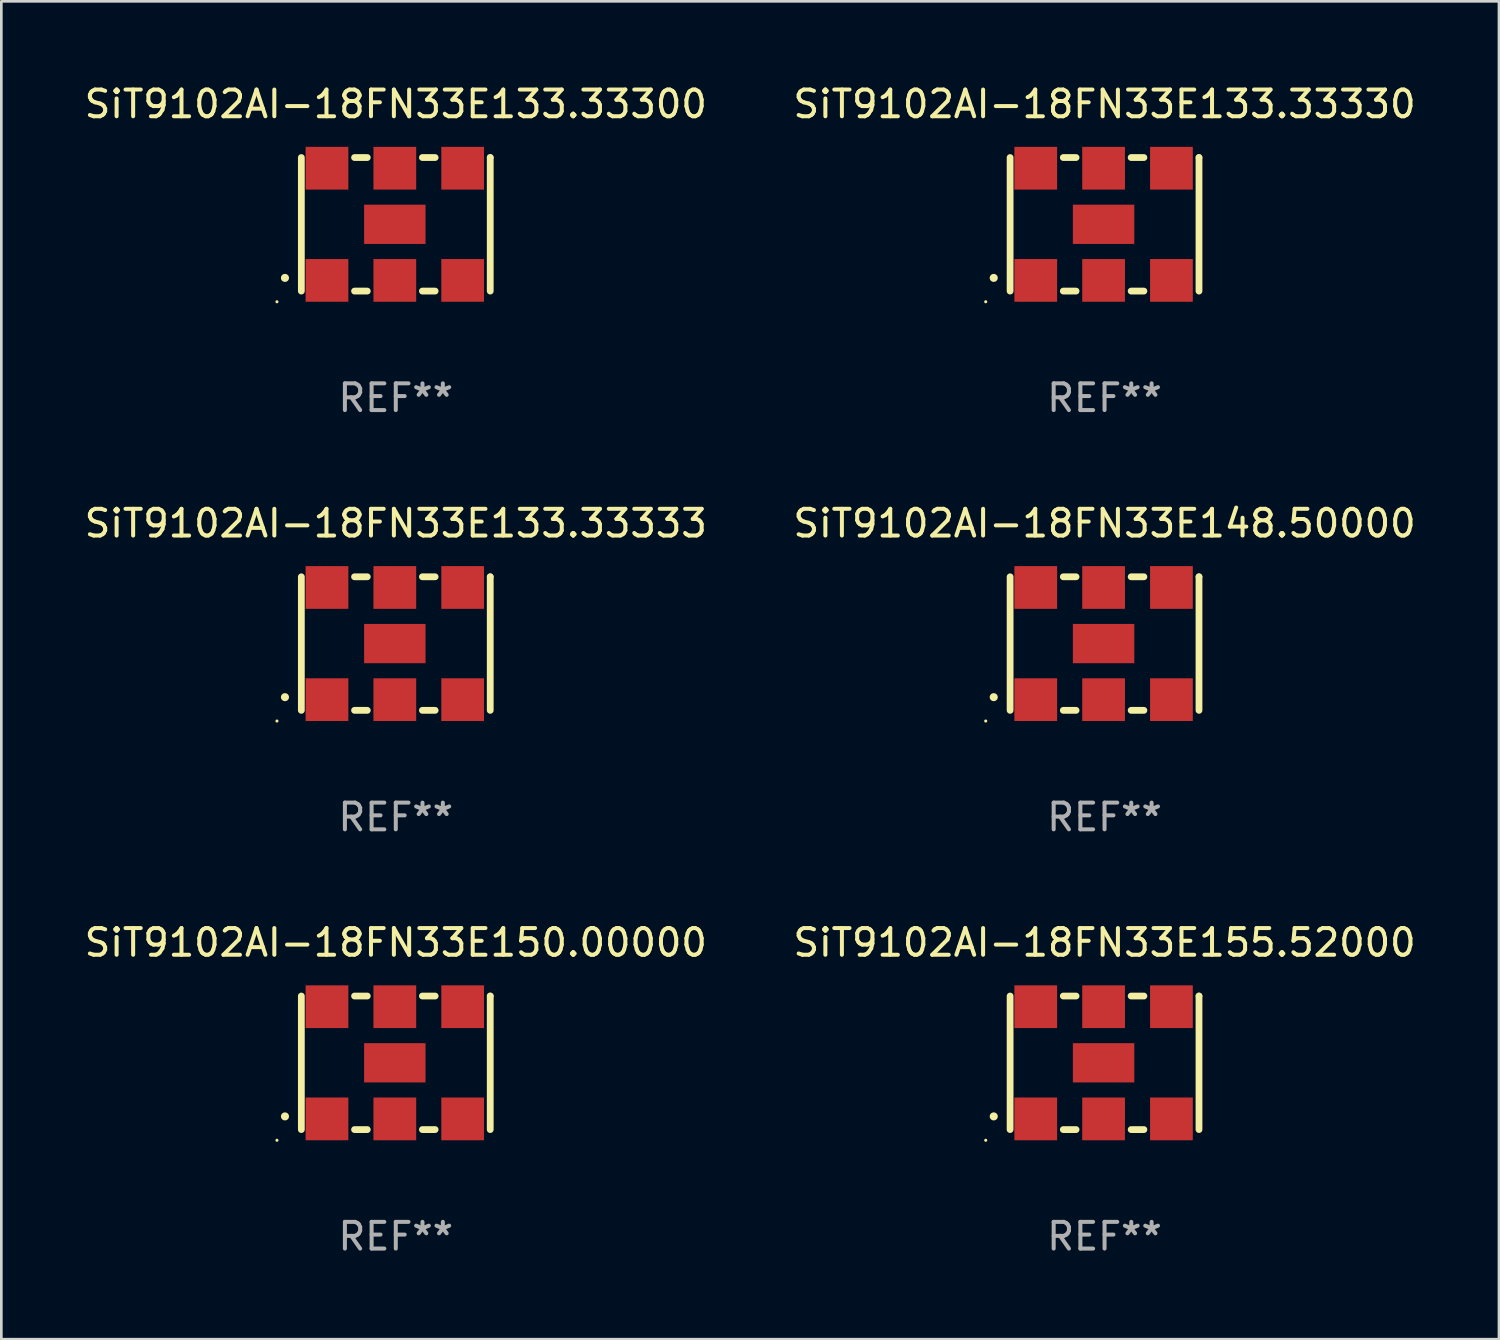
<source format=kicad_pcb>
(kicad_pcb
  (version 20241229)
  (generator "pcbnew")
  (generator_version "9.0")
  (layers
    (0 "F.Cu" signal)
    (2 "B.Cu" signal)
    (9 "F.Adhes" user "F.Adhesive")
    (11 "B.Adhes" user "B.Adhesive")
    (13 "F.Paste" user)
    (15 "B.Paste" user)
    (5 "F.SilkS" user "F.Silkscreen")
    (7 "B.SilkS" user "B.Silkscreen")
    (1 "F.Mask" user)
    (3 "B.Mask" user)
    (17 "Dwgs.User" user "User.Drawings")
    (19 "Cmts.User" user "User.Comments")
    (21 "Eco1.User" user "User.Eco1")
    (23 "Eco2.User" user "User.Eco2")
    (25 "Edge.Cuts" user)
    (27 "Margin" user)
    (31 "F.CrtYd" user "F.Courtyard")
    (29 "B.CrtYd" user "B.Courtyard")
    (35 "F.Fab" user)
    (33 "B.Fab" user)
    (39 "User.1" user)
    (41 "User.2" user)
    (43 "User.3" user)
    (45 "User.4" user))
  (footprint "SiT9102AI-18FN33E133.33300"
    (layer "F.Cu")
    (at 11.768 5.348)
    (property "Reference" "SiT9102AI-18FN33E133.33300" (at 0 -4.5 0) (layer "F.SilkS") (effects (font (size 1 1) (thickness 0.15))))
    (attr through_hole)
    (fp_line (start -3.536 -2.5) (end -3.536 2.5) (stroke (width 0.254) (type solid)) (layer "F.SilkS"))
    (fp_line (start -1.544 2.5) (end -1.067 2.5) (stroke (width 0.254) (type solid)) (layer "F.SilkS"))
    (fp_line (start -1.067 -2.5) (end -1.544 -2.5) (stroke (width 0.254) (type solid)) (layer "F.SilkS"))
    (fp_line (start 0.996 2.5) (end 1.473 2.5) (stroke (width 0.254) (type solid)) (layer "F.SilkS"))
    (fp_line (start 1.473 -2.5) (end 0.996 -2.5) (stroke (width 0.254) (type solid)) (layer "F.SilkS"))
    (fp_line (start 3.536 -2.5) (end 3.536 -2.5) (stroke (width 0.254) (type solid)) (layer "F.SilkS"))
    (fp_line (start 3.536 2.5) (end 3.536 -2.5) (stroke (width 0.254) (type solid)) (layer "F.SilkS"))
    (fp_arc (start -4.150432 2.006604) (mid -4.149162 2.006599) (end -4.147892 2.006604) (stroke (width 0.3) (type solid)) (layer "F.SilkS"))
    (fp_circle (center -4.449 2.9) (end -4.419 2.9) (stroke (width 0.06) (type solid)) (fill no) (layer "F.SilkS"))
    (fp_text user "REF**" (at 0 6.5 0) (layer "F.Fab") (effects (font (size 1 1) (thickness 0.15))))
    (pad "1" smd rect (at -2.576 2.1) (size 1.6 1.6) (layers "F.Cu" "F.Mask" "F.Paste"))
    (pad "2" smd rect (at -0.036 2.1) (size 1.6 1.6) (layers "F.Cu" "F.Mask" "F.Paste"))
    (pad "3" smd rect (at 2.504 2.1) (size 1.6 1.6) (layers "F.Cu" "F.Mask" "F.Paste"))
    (pad "4" smd rect (at 2.504 -2.1) (size 1.6 1.6) (layers "F.Cu" "F.Mask" "F.Paste"))
    (pad "5" smd rect (at -0.036 -2.1) (size 1.6 1.6) (layers "F.Cu" "F.Mask" "F.Paste"))
    (pad "6" smd rect (at -2.576 -2.1) (size 1.6 1.6) (layers "F.Cu" "F.Mask" "F.Paste"))
    (pad "7" smd rect (at -0.036 0) (size 2.3 1.47) (layers "F.Cu" "F.Mask" "F.Paste")))
  (footprint "SiT9102AI-18FN33E133.33330"
    (layer "F.Cu")
    (at 38.304 5.348)
    (property "Reference" "SiT9102AI-18FN33E133.33330" (at 0 -4.5 0) (layer "F.SilkS") (effects (font (size 1 1) (thickness 0.15))))
    (attr through_hole)
    (fp_line (start -3.536 -2.5) (end -3.536 2.5) (stroke (width 0.254) (type solid)) (layer "F.SilkS"))
    (fp_line (start -1.544 2.5) (end -1.067 2.5) (stroke (width 0.254) (type solid)) (layer "F.SilkS"))
    (fp_line (start -1.067 -2.5) (end -1.544 -2.5) (stroke (width 0.254) (type solid)) (layer "F.SilkS"))
    (fp_line (start 0.996 2.5) (end 1.473 2.5) (stroke (width 0.254) (type solid)) (layer "F.SilkS"))
    (fp_line (start 1.473 -2.5) (end 0.996 -2.5) (stroke (width 0.254) (type solid)) (layer "F.SilkS"))
    (fp_line (start 3.536 -2.5) (end 3.536 -2.5) (stroke (width 0.254) (type solid)) (layer "F.SilkS"))
    (fp_line (start 3.536 2.5) (end 3.536 -2.5) (stroke (width 0.254) (type solid)) (layer "F.SilkS"))
    (fp_arc (start -4.150432 2.006604) (mid -4.149162 2.006599) (end -4.147892 2.006604) (stroke (width 0.3) (type solid)) (layer "F.SilkS"))
    (fp_circle (center -4.449 2.9) (end -4.419 2.9) (stroke (width 0.06) (type solid)) (fill no) (layer "F.SilkS"))
    (fp_text user "REF**" (at 0 6.5 0) (layer "F.Fab") (effects (font (size 1 1) (thickness 0.15))))
    (pad "1" smd rect (at -2.576 2.1) (size 1.6 1.6) (layers "F.Cu" "F.Mask" "F.Paste"))
    (pad "2" smd rect (at -0.036 2.1) (size 1.6 1.6) (layers "F.Cu" "F.Mask" "F.Paste"))
    (pad "3" smd rect (at 2.504 2.1) (size 1.6 1.6) (layers "F.Cu" "F.Mask" "F.Paste"))
    (pad "4" smd rect (at 2.504 -2.1) (size 1.6 1.6) (layers "F.Cu" "F.Mask" "F.Paste"))
    (pad "5" smd rect (at -0.036 -2.1) (size 1.6 1.6) (layers "F.Cu" "F.Mask" "F.Paste"))
    (pad "6" smd rect (at -2.576 -2.1) (size 1.6 1.6) (layers "F.Cu" "F.Mask" "F.Paste"))
    (pad "7" smd rect (at -0.036 0) (size 2.3 1.47) (layers "F.Cu" "F.Mask" "F.Paste")))
  (footprint "SiT9102AI-18FN33E133.33333"
    (layer "F.Cu")
    (at 11.768 21.045)
    (property "Reference" "SiT9102AI-18FN33E133.33333" (at 0 -4.5 0) (layer "F.SilkS") (effects (font (size 1 1) (thickness 0.15))))
    (attr through_hole)
    (fp_line (start -3.536 -2.5) (end -3.536 2.5) (stroke (width 0.254) (type solid)) (layer "F.SilkS"))
    (fp_line (start -1.544 2.5) (end -1.067 2.5) (stroke (width 0.254) (type solid)) (layer "F.SilkS"))
    (fp_line (start -1.067 -2.5) (end -1.544 -2.5) (stroke (width 0.254) (type solid)) (layer "F.SilkS"))
    (fp_line (start 0.996 2.5) (end 1.473 2.5) (stroke (width 0.254) (type solid)) (layer "F.SilkS"))
    (fp_line (start 1.473 -2.5) (end 0.996 -2.5) (stroke (width 0.254) (type solid)) (layer "F.SilkS"))
    (fp_line (start 3.536 -2.5) (end 3.536 -2.5) (stroke (width 0.254) (type solid)) (layer "F.SilkS"))
    (fp_line (start 3.536 2.5) (end 3.536 -2.5) (stroke (width 0.254) (type solid)) (layer "F.SilkS"))
    (fp_arc (start -4.150432 2.006604) (mid -4.149162 2.006599) (end -4.147892 2.006604) (stroke (width 0.3) (type solid)) (layer "F.SilkS"))
    (fp_circle (center -4.449 2.9) (end -4.419 2.9) (stroke (width 0.06) (type solid)) (fill no) (layer "F.SilkS"))
    (fp_text user "REF**" (at 0 6.5 0) (layer "F.Fab") (effects (font (size 1 1) (thickness 0.15))))
    (pad "1" smd rect (at -2.576 2.1) (size 1.6 1.6) (layers "F.Cu" "F.Mask" "F.Paste"))
    (pad "2" smd rect (at -0.036 2.1) (size 1.6 1.6) (layers "F.Cu" "F.Mask" "F.Paste"))
    (pad "3" smd rect (at 2.504 2.1) (size 1.6 1.6) (layers "F.Cu" "F.Mask" "F.Paste"))
    (pad "4" smd rect (at 2.504 -2.1) (size 1.6 1.6) (layers "F.Cu" "F.Mask" "F.Paste"))
    (pad "5" smd rect (at -0.036 -2.1) (size 1.6 1.6) (layers "F.Cu" "F.Mask" "F.Paste"))
    (pad "6" smd rect (at -2.576 -2.1) (size 1.6 1.6) (layers "F.Cu" "F.Mask" "F.Paste"))
    (pad "7" smd rect (at -0.036 0) (size 2.3 1.47) (layers "F.Cu" "F.Mask" "F.Paste")))
  (footprint "SiT9102AI-18FN33E155.52000"
    (layer "F.Cu")
    (at 38.304 36.741)
    (property "Reference" "SiT9102AI-18FN33E155.52000" (at 0 -4.5 0) (layer "F.SilkS") (effects (font (size 1 1) (thickness 0.15))))
    (attr through_hole)
    (fp_line (start -3.536 -2.5) (end -3.536 2.5) (stroke (width 0.254) (type solid)) (layer "F.SilkS"))
    (fp_line (start -1.544 2.5) (end -1.067 2.5) (stroke (width 0.254) (type solid)) (layer "F.SilkS"))
    (fp_line (start -1.067 -2.5) (end -1.544 -2.5) (stroke (width 0.254) (type solid)) (layer "F.SilkS"))
    (fp_line (start 0.996 2.5) (end 1.473 2.5) (stroke (width 0.254) (type solid)) (layer "F.SilkS"))
    (fp_line (start 1.473 -2.5) (end 0.996 -2.5) (stroke (width 0.254) (type solid)) (layer "F.SilkS"))
    (fp_line (start 3.536 -2.5) (end 3.536 -2.5) (stroke (width 0.254) (type solid)) (layer "F.SilkS"))
    (fp_line (start 3.536 2.5) (end 3.536 -2.5) (stroke (width 0.254) (type solid)) (layer "F.SilkS"))
    (fp_arc (start -4.150432 2.006604) (mid -4.149162 2.006599) (end -4.147892 2.006604) (stroke (width 0.3) (type solid)) (layer "F.SilkS"))
    (fp_circle (center -4.449 2.9) (end -4.419 2.9) (stroke (width 0.06) (type solid)) (fill no) (layer "F.SilkS"))
    (fp_text user "REF**" (at 0 6.5 0) (layer "F.Fab") (effects (font (size 1 1) (thickness 0.15))))
    (pad "1" smd rect (at -2.576 2.1) (size 1.6 1.6) (layers "F.Cu" "F.Mask" "F.Paste"))
    (pad "2" smd rect (at -0.036 2.1) (size 1.6 1.6) (layers "F.Cu" "F.Mask" "F.Paste"))
    (pad "3" smd rect (at 2.504 2.1) (size 1.6 1.6) (layers "F.Cu" "F.Mask" "F.Paste"))
    (pad "4" smd rect (at 2.504 -2.1) (size 1.6 1.6) (layers "F.Cu" "F.Mask" "F.Paste"))
    (pad "5" smd rect (at -0.036 -2.1) (size 1.6 1.6) (layers "F.Cu" "F.Mask" "F.Paste"))
    (pad "6" smd rect (at -2.576 -2.1) (size 1.6 1.6) (layers "F.Cu" "F.Mask" "F.Paste"))
    (pad "7" smd rect (at -0.036 0) (size 2.3 1.47) (layers "F.Cu" "F.Mask" "F.Paste")))
  (footprint "SiT9102AI-18FN33E150.00000"
    (layer "F.Cu")
    (at 11.768 36.741)
    (property "Reference" "SiT9102AI-18FN33E150.00000" (at 0 -4.5 0) (layer "F.SilkS") (effects (font (size 1 1) (thickness 0.15))))
    (attr through_hole)
    (fp_line (start -3.536 -2.5) (end -3.536 2.5) (stroke (width 0.254) (type solid)) (layer "F.SilkS"))
    (fp_line (start -1.544 2.5) (end -1.067 2.5) (stroke (width 0.254) (type solid)) (layer "F.SilkS"))
    (fp_line (start -1.067 -2.5) (end -1.544 -2.5) (stroke (width 0.254) (type solid)) (layer "F.SilkS"))
    (fp_line (start 0.996 2.5) (end 1.473 2.5) (stroke (width 0.254) (type solid)) (layer "F.SilkS"))
    (fp_line (start 1.473 -2.5) (end 0.996 -2.5) (stroke (width 0.254) (type solid)) (layer "F.SilkS"))
    (fp_line (start 3.536 -2.5) (end 3.536 -2.5) (stroke (width 0.254) (type solid)) (layer "F.SilkS"))
    (fp_line (start 3.536 2.5) (end 3.536 -2.5) (stroke (width 0.254) (type solid)) (layer "F.SilkS"))
    (fp_arc (start -4.150432 2.006604) (mid -4.149162 2.006599) (end -4.147892 2.006604) (stroke (width 0.3) (type solid)) (layer "F.SilkS"))
    (fp_circle (center -4.449 2.9) (end -4.419 2.9) (stroke (width 0.06) (type solid)) (fill no) (layer "F.SilkS"))
    (fp_text user "REF**" (at 0 6.5 0) (layer "F.Fab") (effects (font (size 1 1) (thickness 0.15))))
    (pad "1" smd rect (at -2.576 2.1) (size 1.6 1.6) (layers "F.Cu" "F.Mask" "F.Paste"))
    (pad "2" smd rect (at -0.036 2.1) (size 1.6 1.6) (layers "F.Cu" "F.Mask" "F.Paste"))
    (pad "3" smd rect (at 2.504 2.1) (size 1.6 1.6) (layers "F.Cu" "F.Mask" "F.Paste"))
    (pad "4" smd rect (at 2.504 -2.1) (size 1.6 1.6) (layers "F.Cu" "F.Mask" "F.Paste"))
    (pad "5" smd rect (at -0.036 -2.1) (size 1.6 1.6) (layers "F.Cu" "F.Mask" "F.Paste"))
    (pad "6" smd rect (at -2.576 -2.1) (size 1.6 1.6) (layers "F.Cu" "F.Mask" "F.Paste"))
    (pad "7" smd rect (at -0.036 0) (size 2.3 1.47) (layers "F.Cu" "F.Mask" "F.Paste")))
  (footprint "SiT9102AI-18FN33E148.50000"
    (layer "F.Cu")
    (at 38.304 21.045)
    (property "Reference" "SiT9102AI-18FN33E148.50000" (at 0 -4.5 0) (layer "F.SilkS") (effects (font (size 1 1) (thickness 0.15))))
    (attr through_hole)
    (fp_line (start -3.536 -2.5) (end -3.536 2.5) (stroke (width 0.254) (type solid)) (layer "F.SilkS"))
    (fp_line (start -1.544 2.5) (end -1.067 2.5) (stroke (width 0.254) (type solid)) (layer "F.SilkS"))
    (fp_line (start -1.067 -2.5) (end -1.544 -2.5) (stroke (width 0.254) (type solid)) (layer "F.SilkS"))
    (fp_line (start 0.996 2.5) (end 1.473 2.5) (stroke (width 0.254) (type solid)) (layer "F.SilkS"))
    (fp_line (start 1.473 -2.5) (end 0.996 -2.5) (stroke (width 0.254) (type solid)) (layer "F.SilkS"))
    (fp_line (start 3.536 -2.5) (end 3.536 -2.5) (stroke (width 0.254) (type solid)) (layer "F.SilkS"))
    (fp_line (start 3.536 2.5) (end 3.536 -2.5) (stroke (width 0.254) (type solid)) (layer "F.SilkS"))
    (fp_arc (start -4.150432 2.006604) (mid -4.149162 2.006599) (end -4.147892 2.006604) (stroke (width 0.3) (type solid)) (layer "F.SilkS"))
    (fp_circle (center -4.449 2.9) (end -4.419 2.9) (stroke (width 0.06) (type solid)) (fill no) (layer "F.SilkS"))
    (fp_text user "REF**" (at 0 6.5 0) (layer "F.Fab") (effects (font (size 1 1) (thickness 0.15))))
    (pad "1" smd rect (at -2.576 2.1) (size 1.6 1.6) (layers "F.Cu" "F.Mask" "F.Paste"))
    (pad "2" smd rect (at -0.036 2.1) (size 1.6 1.6) (layers "F.Cu" "F.Mask" "F.Paste"))
    (pad "3" smd rect (at 2.504 2.1) (size 1.6 1.6) (layers "F.Cu" "F.Mask" "F.Paste"))
    (pad "4" smd rect (at 2.504 -2.1) (size 1.6 1.6) (layers "F.Cu" "F.Mask" "F.Paste"))
    (pad "5" smd rect (at -0.036 -2.1) (size 1.6 1.6) (layers "F.Cu" "F.Mask" "F.Paste"))
    (pad "6" smd rect (at -2.576 -2.1) (size 1.6 1.6) (layers "F.Cu" "F.Mask" "F.Paste"))
    (pad "7" smd rect (at -0.036 0) (size 2.3 1.47) (layers "F.Cu" "F.Mask" "F.Paste")))
  (gr_rect
    (start -3 -3)
    (end 53.071 47.09)
    (stroke (width 0.1) (type default))
    (fill no)
    (layer "Edge.Cuts")))
</source>
